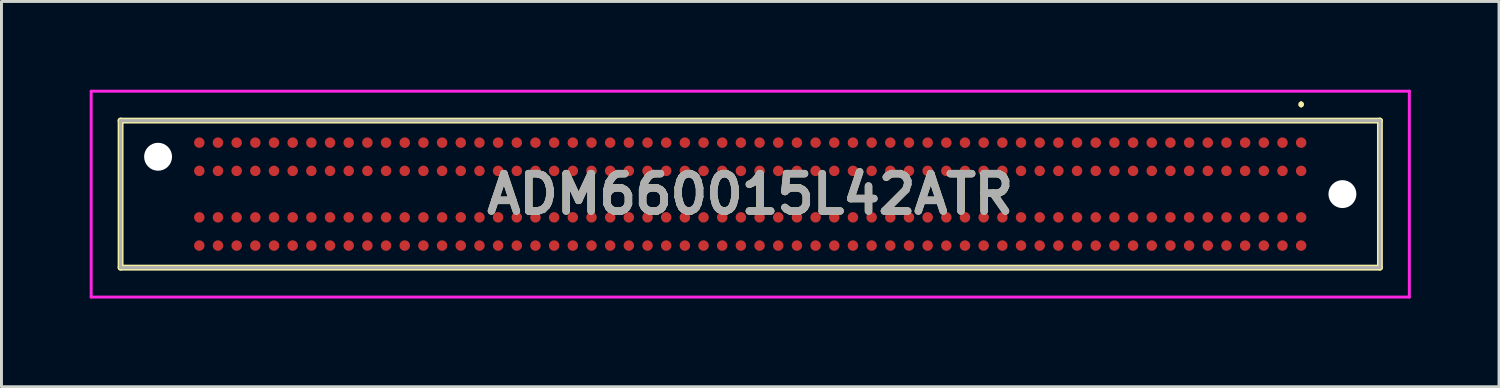
<source format=kicad_pcb>
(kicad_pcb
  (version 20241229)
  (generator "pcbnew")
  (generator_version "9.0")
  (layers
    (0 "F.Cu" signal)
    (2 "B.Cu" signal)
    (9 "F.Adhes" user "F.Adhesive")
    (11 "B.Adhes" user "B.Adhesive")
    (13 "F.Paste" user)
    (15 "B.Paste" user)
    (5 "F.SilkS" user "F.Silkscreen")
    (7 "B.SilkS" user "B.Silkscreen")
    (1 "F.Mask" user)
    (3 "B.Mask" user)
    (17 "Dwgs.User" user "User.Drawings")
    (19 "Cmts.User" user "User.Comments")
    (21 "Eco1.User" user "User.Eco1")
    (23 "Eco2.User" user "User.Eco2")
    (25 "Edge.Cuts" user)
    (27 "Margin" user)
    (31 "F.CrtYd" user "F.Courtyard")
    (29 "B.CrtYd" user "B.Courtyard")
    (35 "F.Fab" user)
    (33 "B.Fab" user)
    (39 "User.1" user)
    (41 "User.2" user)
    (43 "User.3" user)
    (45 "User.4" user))
  (footprint "ADM660015L42ATR"
    (layer "F.Cu")
    (at 22.46 3.55)
    (property "Reference" "ADM660015L42ATR" (at 0 0 0) (layer "F.SilkS") (effects (font (size 1.27 1.27) (thickness 0.254))))
    (attr through_hole)
    (fp_line (start -21.41 -2.5) (end 21.41 -2.5) (stroke (width 0.2) (type solid)) (layer "F.SilkS"))
    (fp_line (start -21.41 2.5) (end -21.41 -2.5) (stroke (width 0.2) (type solid)) (layer "F.SilkS"))
    (fp_line (start 18.732 -3.1) (end 18.732 -3.1) (stroke (width 0.1) (type solid)) (layer "F.SilkS"))
    (fp_line (start 18.732 -3) (end 18.732 -3) (stroke (width 0.1) (type solid)) (layer "F.SilkS"))
    (fp_line (start 21.41 -2.5) (end 21.41 2.5) (stroke (width 0.2) (type solid)) (layer "F.SilkS"))
    (fp_line (start 21.41 2.5) (end -21.41 2.5) (stroke (width 0.2) (type solid)) (layer "F.SilkS"))
    (fp_arc (start 18.732 -3.1) (mid 18.782 -3.05) (end 18.732 -3) (stroke (width 0.1) (type solid)) (layer "F.SilkS"))
    (fp_arc (start 18.732 -3) (mid 18.682 -3.05) (end 18.732 -3.1) (stroke (width 0.1) (type solid)) (layer "F.SilkS"))
    (fp_line (start -22.41 -3.5) (end 22.41 -3.5) (stroke (width 0.1) (type solid)) (layer "F.CrtYd"))
    (fp_line (start -22.41 3.5) (end -22.41 -3.5) (stroke (width 0.1) (type solid)) (layer "F.CrtYd"))
    (fp_line (start 22.41 -3.5) (end 22.41 3.5) (stroke (width 0.1) (type solid)) (layer "F.CrtYd"))
    (fp_line (start 22.41 3.5) (end -22.41 3.5) (stroke (width 0.1) (type solid)) (layer "F.CrtYd"))
    (fp_line (start -21.41 -2.5) (end -21.41 2.5) (stroke (width 0.1) (type solid)) (layer "F.Fab"))
    (fp_line (start -21.41 2.5) (end 21.41 2.5) (stroke (width 0.1) (type solid)) (layer "F.Fab"))
    (fp_line (start 21.41 -2.5) (end -21.41 -2.5) (stroke (width 0.1) (type solid)) (layer "F.Fab"))
    (fp_line (start 21.41 2.5) (end 21.41 -2.5) (stroke (width 0.1) (type solid)) (layer "F.Fab"))
    (fp_text user "${REFERENCE}" (at 0 0 0) (layer "F.Fab") (effects (font (size 1.27 1.27) (thickness 0.254))))
    (pad "" np_thru_hole circle (at -20.135 -1.27) (size 0.95 0.95) (drill 0.95) (layers "*.Cu" "*.Mask"))
    (pad "" np_thru_hole circle (at 20.135 0) (size 0.95 0.95) (drill 0.95) (layers "*.Cu" "*.Mask"))
    (pad "A1" smd circle (at 18.732 -1.75 90) (size 0.356 0.356) (layers "F.Cu" "F.Mask" "F.Paste"))
    (pad "A2" smd circle (at 18.097 -1.75 90) (size 0.356 0.356) (layers "F.Cu" "F.Mask" "F.Paste"))
    (pad "A3" smd circle (at 17.462 -1.75 90) (size 0.356 0.356) (layers "F.Cu" "F.Mask" "F.Paste"))
    (pad "A4" smd circle (at 16.827 -1.75 90) (size 0.356 0.356) (layers "F.Cu" "F.Mask" "F.Paste"))
    (pad "A5" smd circle (at 16.192 -1.75 90) (size 0.356 0.356) (layers "F.Cu" "F.Mask" "F.Paste"))
    (pad "A6" smd circle (at 15.557 -1.75 90) (size 0.356 0.356) (layers "F.Cu" "F.Mask" "F.Paste"))
    (pad "A7" smd circle (at 14.922 -1.75 90) (size 0.356 0.356) (layers "F.Cu" "F.Mask" "F.Paste"))
    (pad "A8" smd circle (at 14.287 -1.75 90) (size 0.356 0.356) (layers "F.Cu" "F.Mask" "F.Paste"))
    (pad "A9" smd circle (at 13.652 -1.75 90) (size 0.356 0.356) (layers "F.Cu" "F.Mask" "F.Paste"))
    (pad "A10" smd circle (at 13.017 -1.75 90) (size 0.356 0.356) (layers "F.Cu" "F.Mask" "F.Paste"))
    (pad "A11" smd circle (at 12.382 -1.75 90) (size 0.356 0.356) (layers "F.Cu" "F.Mask" "F.Paste"))
    (pad "A12" smd circle (at 11.747 -1.75 90) (size 0.356 0.356) (layers "F.Cu" "F.Mask" "F.Paste"))
    (pad "A13" smd circle (at 11.112 -1.75 90) (size 0.356 0.356) (layers "F.Cu" "F.Mask" "F.Paste"))
    (pad "A14" smd circle (at 10.477 -1.75 90) (size 0.356 0.356) (layers "F.Cu" "F.Mask" "F.Paste"))
    (pad "A15" smd circle (at 9.842 -1.75 90) (size 0.356 0.356) (layers "F.Cu" "F.Mask" "F.Paste"))
    (pad "A16" smd circle (at 9.207 -1.75 90) (size 0.356 0.356) (layers "F.Cu" "F.Mask" "F.Paste"))
    (pad "A17" smd circle (at 8.572 -1.75 90) (size 0.356 0.356) (layers "F.Cu" "F.Mask" "F.Paste"))
    (pad "A18" smd circle (at 7.937 -1.75 90) (size 0.356 0.356) (layers "F.Cu" "F.Mask" "F.Paste"))
    (pad "A19" smd circle (at 7.302 -1.75 90) (size 0.356 0.356) (layers "F.Cu" "F.Mask" "F.Paste"))
    (pad "A20" smd circle (at 6.667 -1.75 90) (size 0.356 0.356) (layers "F.Cu" "F.Mask" "F.Paste"))
    (pad "A21" smd circle (at 6.032 -1.75 90) (size 0.356 0.356) (layers "F.Cu" "F.Mask" "F.Paste"))
    (pad "A22" smd circle (at 5.397 -1.75 90) (size 0.356 0.356) (layers "F.Cu" "F.Mask" "F.Paste"))
    (pad "A23" smd circle (at 4.762 -1.75 90) (size 0.356 0.356) (layers "F.Cu" "F.Mask" "F.Paste"))
    (pad "A24" smd circle (at 4.127 -1.75 90) (size 0.356 0.356) (layers "F.Cu" "F.Mask" "F.Paste"))
    (pad "A25" smd circle (at 3.492 -1.75 90) (size 0.356 0.356) (layers "F.Cu" "F.Mask" "F.Paste"))
    (pad "A26" smd circle (at 2.857 -1.75 90) (size 0.356 0.356) (layers "F.Cu" "F.Mask" "F.Paste"))
    (pad "A27" smd circle (at 2.222 -1.75 90) (size 0.356 0.356) (layers "F.Cu" "F.Mask" "F.Paste"))
    (pad "A28" smd circle (at 1.587 -1.75 90) (size 0.356 0.356) (layers "F.Cu" "F.Mask" "F.Paste"))
    (pad "A29" smd circle (at 0.952 -1.75 90) (size 0.356 0.356) (layers "F.Cu" "F.Mask" "F.Paste"))
    (pad "A30" smd circle (at 0.317 -1.75 90) (size 0.356 0.356) (layers "F.Cu" "F.Mask" "F.Paste"))
    (pad "A31" smd circle (at -0.318 -1.75 90) (size 0.356 0.356) (layers "F.Cu" "F.Mask" "F.Paste"))
    (pad "A32" smd circle (at -0.953 -1.75 90) (size 0.356 0.356) (layers "F.Cu" "F.Mask" "F.Paste"))
    (pad "A33" smd circle (at -1.588 -1.75 90) (size 0.356 0.356) (layers "F.Cu" "F.Mask" "F.Paste"))
    (pad "A34" smd circle (at -2.223 -1.75 90) (size 0.356 0.356) (layers "F.Cu" "F.Mask" "F.Paste"))
    (pad "A35" smd circle (at -2.858 -1.75 90) (size 0.356 0.356) (layers "F.Cu" "F.Mask" "F.Paste"))
    (pad "A36" smd circle (at -3.493 -1.75 90) (size 0.356 0.356) (layers "F.Cu" "F.Mask" "F.Paste"))
    (pad "A37" smd circle (at -4.128 -1.75 90) (size 0.356 0.356) (layers "F.Cu" "F.Mask" "F.Paste"))
    (pad "A38" smd circle (at -4.763 -1.75 90) (size 0.356 0.356) (layers "F.Cu" "F.Mask" "F.Paste"))
    (pad "A39" smd circle (at -5.398 -1.75 90) (size 0.356 0.356) (layers "F.Cu" "F.Mask" "F.Paste"))
    (pad "A40" smd circle (at -6.033 -1.75 90) (size 0.356 0.356) (layers "F.Cu" "F.Mask" "F.Paste"))
    (pad "A41" smd circle (at -6.668 -1.75 90) (size 0.356 0.356) (layers "F.Cu" "F.Mask" "F.Paste"))
    (pad "A42" smd circle (at -7.303 -1.75 90) (size 0.356 0.356) (layers "F.Cu" "F.Mask" "F.Paste"))
    (pad "A43" smd circle (at -7.938 -1.75 90) (size 0.356 0.356) (layers "F.Cu" "F.Mask" "F.Paste"))
    (pad "A44" smd circle (at -8.573 -1.75 90) (size 0.356 0.356) (layers "F.Cu" "F.Mask" "F.Paste"))
    (pad "A45" smd circle (at -9.208 -1.75 90) (size 0.356 0.356) (layers "F.Cu" "F.Mask" "F.Paste"))
    (pad "A46" smd circle (at -9.843 -1.75 90) (size 0.356 0.356) (layers "F.Cu" "F.Mask" "F.Paste"))
    (pad "A47" smd circle (at -10.478 -1.75 90) (size 0.356 0.356) (layers "F.Cu" "F.Mask" "F.Paste"))
    (pad "A48" smd circle (at -11.113 -1.75 90) (size 0.356 0.356) (layers "F.Cu" "F.Mask" "F.Paste"))
    (pad "A49" smd circle (at -11.748 -1.75 90) (size 0.356 0.356) (layers "F.Cu" "F.Mask" "F.Paste"))
    (pad "A50" smd circle (at -12.383 -1.75 90) (size 0.356 0.356) (layers "F.Cu" "F.Mask" "F.Paste"))
    (pad "A51" smd circle (at -13.018 -1.75 90) (size 0.356 0.356) (layers "F.Cu" "F.Mask" "F.Paste"))
    (pad "A52" smd circle (at -13.653 -1.75 90) (size 0.356 0.356) (layers "F.Cu" "F.Mask" "F.Paste"))
    (pad "A53" smd circle (at -14.288 -1.75 90) (size 0.356 0.356) (layers "F.Cu" "F.Mask" "F.Paste"))
    (pad "A54" smd circle (at -14.923 -1.75 90) (size 0.356 0.356) (layers "F.Cu" "F.Mask" "F.Paste"))
    (pad "A55" smd circle (at -15.558 -1.75 90) (size 0.356 0.356) (layers "F.Cu" "F.Mask" "F.Paste"))
    (pad "A56" smd circle (at -16.193 -1.75 90) (size 0.356 0.356) (layers "F.Cu" "F.Mask" "F.Paste"))
    (pad "A57" smd circle (at -16.828 -1.75 90) (size 0.356 0.356) (layers "F.Cu" "F.Mask" "F.Paste"))
    (pad "A58" smd circle (at -17.463 -1.75 90) (size 0.356 0.356) (layers "F.Cu" "F.Mask" "F.Paste"))
    (pad "A59" smd circle (at -18.098 -1.75 90) (size 0.356 0.356) (layers "F.Cu" "F.Mask" "F.Paste"))
    (pad "A60" smd circle (at -18.733 -1.75 90) (size 0.356 0.356) (layers "F.Cu" "F.Mask" "F.Paste"))
    (pad "B1" smd circle (at 18.732 -0.79 90) (size 0.356 0.356) (layers "F.Cu" "F.Mask" "F.Paste"))
    (pad "B2" smd circle (at 18.097 -0.79 90) (size 0.356 0.356) (layers "F.Cu" "F.Mask" "F.Paste"))
    (pad "B3" smd circle (at 17.462 -0.79 90) (size 0.356 0.356) (layers "F.Cu" "F.Mask" "F.Paste"))
    (pad "B4" smd circle (at 16.827 -0.79 90) (size 0.356 0.356) (layers "F.Cu" "F.Mask" "F.Paste"))
    (pad "B5" smd circle (at 16.192 -0.79 90) (size 0.356 0.356) (layers "F.Cu" "F.Mask" "F.Paste"))
    (pad "B6" smd circle (at 15.557 -0.79 90) (size 0.356 0.356) (layers "F.Cu" "F.Mask" "F.Paste"))
    (pad "B7" smd circle (at 14.922 -0.79 90) (size 0.356 0.356) (layers "F.Cu" "F.Mask" "F.Paste"))
    (pad "B8" smd circle (at 14.287 -0.79 90) (size 0.356 0.356) (layers "F.Cu" "F.Mask" "F.Paste"))
    (pad "B9" smd circle (at 13.652 -0.79 90) (size 0.356 0.356) (layers "F.Cu" "F.Mask" "F.Paste"))
    (pad "B10" smd circle (at 13.017 -0.79 90) (size 0.356 0.356) (layers "F.Cu" "F.Mask" "F.Paste"))
    (pad "B11" smd circle (at 12.382 -0.79 90) (size 0.356 0.356) (layers "F.Cu" "F.Mask" "F.Paste"))
    (pad "B12" smd circle (at 11.747 -0.79 90) (size 0.356 0.356) (layers "F.Cu" "F.Mask" "F.Paste"))
    (pad "B13" smd circle (at 11.112 -0.79 90) (size 0.356 0.356) (layers "F.Cu" "F.Mask" "F.Paste"))
    (pad "B14" smd circle (at 10.477 -0.79 90) (size 0.356 0.356) (layers "F.Cu" "F.Mask" "F.Paste"))
    (pad "B15" smd circle (at 9.842 -0.79 90) (size 0.356 0.356) (layers "F.Cu" "F.Mask" "F.Paste"))
    (pad "B16" smd circle (at 9.207 -0.79 90) (size 0.356 0.356) (layers "F.Cu" "F.Mask" "F.Paste"))
    (pad "B17" smd circle (at 8.572 -0.79 90) (size 0.356 0.356) (layers "F.Cu" "F.Mask" "F.Paste"))
    (pad "B18" smd circle (at 7.937 -0.79 90) (size 0.356 0.356) (layers "F.Cu" "F.Mask" "F.Paste"))
    (pad "B19" smd circle (at 7.302 -0.79 90) (size 0.356 0.356) (layers "F.Cu" "F.Mask" "F.Paste"))
    (pad "B20" smd circle (at 6.667 -0.79 90) (size 0.356 0.356) (layers "F.Cu" "F.Mask" "F.Paste"))
    (pad "B21" smd circle (at 6.032 -0.79 90) (size 0.356 0.356) (layers "F.Cu" "F.Mask" "F.Paste"))
    (pad "B22" smd circle (at 5.397 -0.79 90) (size 0.356 0.356) (layers "F.Cu" "F.Mask" "F.Paste"))
    (pad "B23" smd circle (at 4.762 -0.79 90) (size 0.356 0.356) (layers "F.Cu" "F.Mask" "F.Paste"))
    (pad "B24" smd circle (at 4.127 -0.79 90) (size 0.356 0.356) (layers "F.Cu" "F.Mask" "F.Paste"))
    (pad "B25" smd circle (at 3.492 -0.79 90) (size 0.356 0.356) (layers "F.Cu" "F.Mask" "F.Paste"))
    (pad "B26" smd circle (at 2.857 -0.79 90) (size 0.356 0.356) (layers "F.Cu" "F.Mask" "F.Paste"))
    (pad "B27" smd circle (at 2.222 -0.79 90) (size 0.356 0.356) (layers "F.Cu" "F.Mask" "F.Paste"))
    (pad "B28" smd circle (at 1.587 -0.79 90) (size 0.356 0.356) (layers "F.Cu" "F.Mask" "F.Paste"))
    (pad "B29" smd circle (at 0.952 -0.79 90) (size 0.356 0.356) (layers "F.Cu" "F.Mask" "F.Paste"))
    (pad "B30" smd circle (at 0.317 -0.79 90) (size 0.356 0.356) (layers "F.Cu" "F.Mask" "F.Paste"))
    (pad "B31" smd circle (at -0.318 -0.79 90) (size 0.356 0.356) (layers "F.Cu" "F.Mask" "F.Paste"))
    (pad "B32" smd circle (at -0.953 -0.79 90) (size 0.356 0.356) (layers "F.Cu" "F.Mask" "F.Paste"))
    (pad "B33" smd circle (at -1.588 -0.79 90) (size 0.356 0.356) (layers "F.Cu" "F.Mask" "F.Paste"))
    (pad "B34" smd circle (at -2.223 -0.79 90) (size 0.356 0.356) (layers "F.Cu" "F.Mask" "F.Paste"))
    (pad "B35" smd circle (at -2.858 -0.79 90) (size 0.356 0.356) (layers "F.Cu" "F.Mask" "F.Paste"))
    (pad "B36" smd circle (at -3.493 -0.79 90) (size 0.356 0.356) (layers "F.Cu" "F.Mask" "F.Paste"))
    (pad "B37" smd circle (at -4.128 -0.79 90) (size 0.356 0.356) (layers "F.Cu" "F.Mask" "F.Paste"))
    (pad "B38" smd circle (at -4.763 -0.79 90) (size 0.356 0.356) (layers "F.Cu" "F.Mask" "F.Paste"))
    (pad "B39" smd circle (at -5.398 -0.79 90) (size 0.356 0.356) (layers "F.Cu" "F.Mask" "F.Paste"))
    (pad "B40" smd circle (at -6.033 -0.79 90) (size 0.356 0.356) (layers "F.Cu" "F.Mask" "F.Paste"))
    (pad "B41" smd circle (at -6.668 -0.79 90) (size 0.356 0.356) (layers "F.Cu" "F.Mask" "F.Paste"))
    (pad "B42" smd circle (at -7.303 -0.79 90) (size 0.356 0.356) (layers "F.Cu" "F.Mask" "F.Paste"))
    (pad "B43" smd circle (at -7.938 -0.79 90) (size 0.356 0.356) (layers "F.Cu" "F.Mask" "F.Paste"))
    (pad "B44" smd circle (at -8.573 -0.79 90) (size 0.356 0.356) (layers "F.Cu" "F.Mask" "F.Paste"))
    (pad "B45" smd circle (at -9.208 -0.79 90) (size 0.356 0.356) (layers "F.Cu" "F.Mask" "F.Paste"))
    (pad "B46" smd circle (at -9.843 -0.79 90) (size 0.356 0.356) (layers "F.Cu" "F.Mask" "F.Paste"))
    (pad "B47" smd circle (at -10.478 -0.79 90) (size 0.356 0.356) (layers "F.Cu" "F.Mask" "F.Paste"))
    (pad "B48" smd circle (at -11.113 -0.79 90) (size 0.356 0.356) (layers "F.Cu" "F.Mask" "F.Paste"))
    (pad "B49" smd circle (at -11.748 -0.79 90) (size 0.356 0.356) (layers "F.Cu" "F.Mask" "F.Paste"))
    (pad "B50" smd circle (at -12.383 -0.79 90) (size 0.356 0.356) (layers "F.Cu" "F.Mask" "F.Paste"))
    (pad "B51" smd circle (at -13.018 -0.79 90) (size 0.356 0.356) (layers "F.Cu" "F.Mask" "F.Paste"))
    (pad "B52" smd circle (at -13.653 -0.79 90) (size 0.356 0.356) (layers "F.Cu" "F.Mask" "F.Paste"))
    (pad "B53" smd circle (at -14.288 -0.79 90) (size 0.356 0.356) (layers "F.Cu" "F.Mask" "F.Paste"))
    (pad "B54" smd circle (at -14.923 -0.79 90) (size 0.356 0.356) (layers "F.Cu" "F.Mask" "F.Paste"))
    (pad "B55" smd circle (at -15.558 -0.79 90) (size 0.356 0.356) (layers "F.Cu" "F.Mask" "F.Paste"))
    (pad "B56" smd circle (at -16.193 -0.79 90) (size 0.356 0.356) (layers "F.Cu" "F.Mask" "F.Paste"))
    (pad "B57" smd circle (at -16.828 -0.79 90) (size 0.356 0.356) (layers "F.Cu" "F.Mask" "F.Paste"))
    (pad "B58" smd circle (at -17.463 -0.79 90) (size 0.356 0.356) (layers "F.Cu" "F.Mask" "F.Paste"))
    (pad "B59" smd circle (at -18.098 -0.79 90) (size 0.356 0.356) (layers "F.Cu" "F.Mask" "F.Paste"))
    (pad "B60" smd circle (at -18.733 -0.79 90) (size 0.356 0.356) (layers "F.Cu" "F.Mask" "F.Paste"))
    (pad "C1" smd circle (at 18.732 0.79 90) (size 0.356 0.356) (layers "F.Cu" "F.Mask" "F.Paste"))
    (pad "C2" smd circle (at 18.097 0.79 90) (size 0.356 0.356) (layers "F.Cu" "F.Mask" "F.Paste"))
    (pad "C3" smd circle (at 17.462 0.79 90) (size 0.356 0.356) (layers "F.Cu" "F.Mask" "F.Paste"))
    (pad "C4" smd circle (at 16.827 0.79 90) (size 0.356 0.356) (layers "F.Cu" "F.Mask" "F.Paste"))
    (pad "C5" smd circle (at 16.192 0.79 90) (size 0.356 0.356) (layers "F.Cu" "F.Mask" "F.Paste"))
    (pad "C6" smd circle (at 15.557 0.79 90) (size 0.356 0.356) (layers "F.Cu" "F.Mask" "F.Paste"))
    (pad "C7" smd circle (at 14.922 0.79 90) (size 0.356 0.356) (layers "F.Cu" "F.Mask" "F.Paste"))
    (pad "C8" smd circle (at 14.287 0.79 90) (size 0.356 0.356) (layers "F.Cu" "F.Mask" "F.Paste"))
    (pad "C9" smd circle (at 13.652 0.79 90) (size 0.356 0.356) (layers "F.Cu" "F.Mask" "F.Paste"))
    (pad "C10" smd circle (at 13.017 0.79 90) (size 0.356 0.356) (layers "F.Cu" "F.Mask" "F.Paste"))
    (pad "C11" smd circle (at 12.382 0.79 90) (size 0.356 0.356) (layers "F.Cu" "F.Mask" "F.Paste"))
    (pad "C12" smd circle (at 11.747 0.79 90) (size 0.356 0.356) (layers "F.Cu" "F.Mask" "F.Paste"))
    (pad "C13" smd circle (at 11.112 0.79 90) (size 0.356 0.356) (layers "F.Cu" "F.Mask" "F.Paste"))
    (pad "C14" smd circle (at 10.477 0.79 90) (size 0.356 0.356) (layers "F.Cu" "F.Mask" "F.Paste"))
    (pad "C15" smd circle (at 9.842 0.79 90) (size 0.356 0.356) (layers "F.Cu" "F.Mask" "F.Paste"))
    (pad "C16" smd circle (at 9.207 0.79 90) (size 0.356 0.356) (layers "F.Cu" "F.Mask" "F.Paste"))
    (pad "C17" smd circle (at 8.572 0.79 90) (size 0.356 0.356) (layers "F.Cu" "F.Mask" "F.Paste"))
    (pad "C18" smd circle (at 7.937 0.79 90) (size 0.356 0.356) (layers "F.Cu" "F.Mask" "F.Paste"))
    (pad "C19" smd circle (at 7.302 0.79 90) (size 0.356 0.356) (layers "F.Cu" "F.Mask" "F.Paste"))
    (pad "C20" smd circle (at 6.667 0.79 90) (size 0.356 0.356) (layers "F.Cu" "F.Mask" "F.Paste"))
    (pad "C21" smd circle (at 6.032 0.79 90) (size 0.356 0.356) (layers "F.Cu" "F.Mask" "F.Paste"))
    (pad "C22" smd circle (at 5.397 0.79 90) (size 0.356 0.356) (layers "F.Cu" "F.Mask" "F.Paste"))
    (pad "C23" smd circle (at 4.762 0.79 90) (size 0.356 0.356) (layers "F.Cu" "F.Mask" "F.Paste"))
    (pad "C24" smd circle (at 4.127 0.79 90) (size 0.356 0.356) (layers "F.Cu" "F.Mask" "F.Paste"))
    (pad "C25" smd circle (at 3.492 0.79 90) (size 0.356 0.356) (layers "F.Cu" "F.Mask" "F.Paste"))
    (pad "C26" smd circle (at 2.857 0.79 90) (size 0.356 0.356) (layers "F.Cu" "F.Mask" "F.Paste"))
    (pad "C27" smd circle (at 2.222 0.79 90) (size 0.356 0.356) (layers "F.Cu" "F.Mask" "F.Paste"))
    (pad "C28" smd circle (at 1.587 0.79 90) (size 0.356 0.356) (layers "F.Cu" "F.Mask" "F.Paste"))
    (pad "C29" smd circle (at 0.952 0.79 90) (size 0.356 0.356) (layers "F.Cu" "F.Mask" "F.Paste"))
    (pad "C30" smd circle (at 0.317 0.79 90) (size 0.356 0.356) (layers "F.Cu" "F.Mask" "F.Paste"))
    (pad "C31" smd circle (at -0.318 0.79 90) (size 0.356 0.356) (layers "F.Cu" "F.Mask" "F.Paste"))
    (pad "C32" smd circle (at -0.953 0.79 90) (size 0.356 0.356) (layers "F.Cu" "F.Mask" "F.Paste"))
    (pad "C33" smd circle (at -1.588 0.79 90) (size 0.356 0.356) (layers "F.Cu" "F.Mask" "F.Paste"))
    (pad "C34" smd circle (at -2.223 0.79 90) (size 0.356 0.356) (layers "F.Cu" "F.Mask" "F.Paste"))
    (pad "C35" smd circle (at -2.858 0.79 90) (size 0.356 0.356) (layers "F.Cu" "F.Mask" "F.Paste"))
    (pad "C36" smd circle (at -3.493 0.79 90) (size 0.356 0.356) (layers "F.Cu" "F.Mask" "F.Paste"))
    (pad "C37" smd circle (at -4.128 0.79 90) (size 0.356 0.356) (layers "F.Cu" "F.Mask" "F.Paste"))
    (pad "C38" smd circle (at -4.763 0.79 90) (size 0.356 0.356) (layers "F.Cu" "F.Mask" "F.Paste"))
    (pad "C39" smd circle (at -5.398 0.79 90) (size 0.356 0.356) (layers "F.Cu" "F.Mask" "F.Paste"))
    (pad "C40" smd circle (at -6.033 0.79 90) (size 0.356 0.356) (layers "F.Cu" "F.Mask" "F.Paste"))
    (pad "C41" smd circle (at -6.668 0.79 90) (size 0.356 0.356) (layers "F.Cu" "F.Mask" "F.Paste"))
    (pad "C42" smd circle (at -7.303 0.79 90) (size 0.356 0.356) (layers "F.Cu" "F.Mask" "F.Paste"))
    (pad "C43" smd circle (at -7.938 0.79 90) (size 0.356 0.356) (layers "F.Cu" "F.Mask" "F.Paste"))
    (pad "C44" smd circle (at -8.573 0.79 90) (size 0.356 0.356) (layers "F.Cu" "F.Mask" "F.Paste"))
    (pad "C45" smd circle (at -9.208 0.79 90) (size 0.356 0.356) (layers "F.Cu" "F.Mask" "F.Paste"))
    (pad "C46" smd circle (at -9.843 0.79 90) (size 0.356 0.356) (layers "F.Cu" "F.Mask" "F.Paste"))
    (pad "C47" smd circle (at -10.478 0.79 90) (size 0.356 0.356) (layers "F.Cu" "F.Mask" "F.Paste"))
    (pad "C48" smd circle (at -11.113 0.79 90) (size 0.356 0.356) (layers "F.Cu" "F.Mask" "F.Paste"))
    (pad "C49" smd circle (at -11.748 0.79 90) (size 0.356 0.356) (layers "F.Cu" "F.Mask" "F.Paste"))
    (pad "C50" smd circle (at -12.383 0.79 90) (size 0.356 0.356) (layers "F.Cu" "F.Mask" "F.Paste"))
    (pad "C51" smd circle (at -13.018 0.79 90) (size 0.356 0.356) (layers "F.Cu" "F.Mask" "F.Paste"))
    (pad "C52" smd circle (at -13.653 0.79 90) (size 0.356 0.356) (layers "F.Cu" "F.Mask" "F.Paste"))
    (pad "C53" smd circle (at -14.288 0.79 90) (size 0.356 0.356) (layers "F.Cu" "F.Mask" "F.Paste"))
    (pad "C54" smd circle (at -14.923 0.79 90) (size 0.356 0.356) (layers "F.Cu" "F.Mask" "F.Paste"))
    (pad "C55" smd circle (at -15.558 0.79 90) (size 0.356 0.356) (layers "F.Cu" "F.Mask" "F.Paste"))
    (pad "C56" smd circle (at -16.193 0.79 90) (size 0.356 0.356) (layers "F.Cu" "F.Mask" "F.Paste"))
    (pad "C57" smd circle (at -16.828 0.79 90) (size 0.356 0.356) (layers "F.Cu" "F.Mask" "F.Paste"))
    (pad "C58" smd circle (at -17.463 0.79 90) (size 0.356 0.356) (layers "F.Cu" "F.Mask" "F.Paste"))
    (pad "C59" smd circle (at -18.098 0.79 90) (size 0.356 0.356) (layers "F.Cu" "F.Mask" "F.Paste"))
    (pad "C60" smd circle (at -18.733 0.79 90) (size 0.356 0.356) (layers "F.Cu" "F.Mask" "F.Paste"))
    (pad "D1" smd circle (at 18.732 1.75 90) (size 0.356 0.356) (layers "F.Cu" "F.Mask" "F.Paste"))
    (pad "D2" smd circle (at 18.097 1.75 90) (size 0.356 0.356) (layers "F.Cu" "F.Mask" "F.Paste"))
    (pad "D3" smd circle (at 17.462 1.75 90) (size 0.356 0.356) (layers "F.Cu" "F.Mask" "F.Paste"))
    (pad "D4" smd circle (at 16.827 1.75 90) (size 0.356 0.356) (layers "F.Cu" "F.Mask" "F.Paste"))
    (pad "D5" smd circle (at 16.192 1.75 90) (size 0.356 0.356) (layers "F.Cu" "F.Mask" "F.Paste"))
    (pad "D6" smd circle (at 15.557 1.75 90) (size 0.356 0.356) (layers "F.Cu" "F.Mask" "F.Paste"))
    (pad "D7" smd circle (at 14.922 1.75 90) (size 0.356 0.356) (layers "F.Cu" "F.Mask" "F.Paste"))
    (pad "D8" smd circle (at 14.287 1.75 90) (size 0.356 0.356) (layers "F.Cu" "F.Mask" "F.Paste"))
    (pad "D9" smd circle (at 13.652 1.75 90) (size 0.356 0.356) (layers "F.Cu" "F.Mask" "F.Paste"))
    (pad "D10" smd circle (at 13.017 1.75 90) (size 0.356 0.356) (layers "F.Cu" "F.Mask" "F.Paste"))
    (pad "D11" smd circle (at 12.382 1.75 90) (size 0.356 0.356) (layers "F.Cu" "F.Mask" "F.Paste"))
    (pad "D12" smd circle (at 11.747 1.75 90) (size 0.356 0.356) (layers "F.Cu" "F.Mask" "F.Paste"))
    (pad "D13" smd circle (at 11.112 1.75 90) (size 0.356 0.356) (layers "F.Cu" "F.Mask" "F.Paste"))
    (pad "D14" smd circle (at 10.477 1.75 90) (size 0.356 0.356) (layers "F.Cu" "F.Mask" "F.Paste"))
    (pad "D15" smd circle (at 9.842 1.75 90) (size 0.356 0.356) (layers "F.Cu" "F.Mask" "F.Paste"))
    (pad "D16" smd circle (at 9.207 1.75 90) (size 0.356 0.356) (layers "F.Cu" "F.Mask" "F.Paste"))
    (pad "D17" smd circle (at 8.572 1.75 90) (size 0.356 0.356) (layers "F.Cu" "F.Mask" "F.Paste"))
    (pad "D18" smd circle (at 7.937 1.75 90) (size 0.356 0.356) (layers "F.Cu" "F.Mask" "F.Paste"))
    (pad "D19" smd circle (at 7.302 1.75 90) (size 0.356 0.356) (layers "F.Cu" "F.Mask" "F.Paste"))
    (pad "D20" smd circle (at 6.667 1.75 90) (size 0.356 0.356) (layers "F.Cu" "F.Mask" "F.Paste"))
    (pad "D21" smd circle (at 6.032 1.75 90) (size 0.356 0.356) (layers "F.Cu" "F.Mask" "F.Paste"))
    (pad "D22" smd circle (at 5.397 1.75 90) (size 0.356 0.356) (layers "F.Cu" "F.Mask" "F.Paste"))
    (pad "D23" smd circle (at 4.762 1.75 90) (size 0.356 0.356) (layers "F.Cu" "F.Mask" "F.Paste"))
    (pad "D24" smd circle (at 4.127 1.75 90) (size 0.356 0.356) (layers "F.Cu" "F.Mask" "F.Paste"))
    (pad "D25" smd circle (at 3.492 1.75 90) (size 0.356 0.356) (layers "F.Cu" "F.Mask" "F.Paste"))
    (pad "D26" smd circle (at 2.857 1.75 90) (size 0.356 0.356) (layers "F.Cu" "F.Mask" "F.Paste"))
    (pad "D27" smd circle (at 2.222 1.75 90) (size 0.356 0.356) (layers "F.Cu" "F.Mask" "F.Paste"))
    (pad "D28" smd circle (at 1.587 1.75 90) (size 0.356 0.356) (layers "F.Cu" "F.Mask" "F.Paste"))
    (pad "D29" smd circle (at 0.952 1.75 90) (size 0.356 0.356) (layers "F.Cu" "F.Mask" "F.Paste"))
    (pad "D30" smd circle (at 0.317 1.75 90) (size 0.356 0.356) (layers "F.Cu" "F.Mask" "F.Paste"))
    (pad "D31" smd circle (at -0.318 1.75 90) (size 0.356 0.356) (layers "F.Cu" "F.Mask" "F.Paste"))
    (pad "D32" smd circle (at -0.953 1.75 90) (size 0.356 0.356) (layers "F.Cu" "F.Mask" "F.Paste"))
    (pad "D33" smd circle (at -1.588 1.75 90) (size 0.356 0.356) (layers "F.Cu" "F.Mask" "F.Paste"))
    (pad "D34" smd circle (at -2.223 1.75 90) (size 0.356 0.356) (layers "F.Cu" "F.Mask" "F.Paste"))
    (pad "D35" smd circle (at -2.858 1.75 90) (size 0.356 0.356) (layers "F.Cu" "F.Mask" "F.Paste"))
    (pad "D36" smd circle (at -3.493 1.75 90) (size 0.356 0.356) (layers "F.Cu" "F.Mask" "F.Paste"))
    (pad "D37" smd circle (at -4.128 1.75 90) (size 0.356 0.356) (layers "F.Cu" "F.Mask" "F.Paste"))
    (pad "D38" smd circle (at -4.763 1.75 90) (size 0.356 0.356) (layers "F.Cu" "F.Mask" "F.Paste"))
    (pad "D39" smd circle (at -5.398 1.75 90) (size 0.356 0.356) (layers "F.Cu" "F.Mask" "F.Paste"))
    (pad "D40" smd circle (at -6.033 1.75 90) (size 0.356 0.356) (layers "F.Cu" "F.Mask" "F.Paste"))
    (pad "D41" smd circle (at -6.668 1.75 90) (size 0.356 0.356) (layers "F.Cu" "F.Mask" "F.Paste"))
    (pad "D42" smd circle (at -7.303 1.75 90) (size 0.356 0.356) (layers "F.Cu" "F.Mask" "F.Paste"))
    (pad "D43" smd circle (at -7.938 1.75 90) (size 0.356 0.356) (layers "F.Cu" "F.Mask" "F.Paste"))
    (pad "D44" smd circle (at -8.573 1.75 90) (size 0.356 0.356) (layers "F.Cu" "F.Mask" "F.Paste"))
    (pad "D45" smd circle (at -9.208 1.75 90) (size 0.356 0.356) (layers "F.Cu" "F.Mask" "F.Paste"))
    (pad "D46" smd circle (at -9.843 1.75 90) (size 0.356 0.356) (layers "F.Cu" "F.Mask" "F.Paste"))
    (pad "D47" smd circle (at -10.478 1.75 90) (size 0.356 0.356) (layers "F.Cu" "F.Mask" "F.Paste"))
    (pad "D48" smd circle (at -11.113 1.75 90) (size 0.356 0.356) (layers "F.Cu" "F.Mask" "F.Paste"))
    (pad "D49" smd circle (at -11.748 1.75 90) (size 0.356 0.356) (layers "F.Cu" "F.Mask" "F.Paste"))
    (pad "D50" smd circle (at -12.383 1.75 90) (size 0.356 0.356) (layers "F.Cu" "F.Mask" "F.Paste"))
    (pad "D51" smd circle (at -13.018 1.75 90) (size 0.356 0.356) (layers "F.Cu" "F.Mask" "F.Paste"))
    (pad "D52" smd circle (at -13.653 1.75 90) (size 0.356 0.356) (layers "F.Cu" "F.Mask" "F.Paste"))
    (pad "D53" smd circle (at -14.288 1.75 90) (size 0.356 0.356) (layers "F.Cu" "F.Mask" "F.Paste"))
    (pad "D54" smd circle (at -14.923 1.75 90) (size 0.356 0.356) (layers "F.Cu" "F.Mask" "F.Paste"))
    (pad "D55" smd circle (at -15.558 1.75 90) (size 0.356 0.356) (layers "F.Cu" "F.Mask" "F.Paste"))
    (pad "D56" smd circle (at -16.193 1.75 90) (size 0.356 0.356) (layers "F.Cu" "F.Mask" "F.Paste"))
    (pad "D57" smd circle (at -16.828 1.75 90) (size 0.356 0.356) (layers "F.Cu" "F.Mask" "F.Paste"))
    (pad "D58" smd circle (at -17.463 1.75 90) (size 0.356 0.356) (layers "F.Cu" "F.Mask" "F.Paste"))
    (pad "D59" smd circle (at -18.098 1.75 90) (size 0.356 0.356) (layers "F.Cu" "F.Mask" "F.Paste"))
    (pad "D60" smd circle (at -18.733 1.75 90) (size 0.356 0.356) (layers "F.Cu" "F.Mask" "F.Paste")))
  (gr_rect
    (start -3 -3)
    (end 47.92 10.1)
    (stroke (width 0.1) (type default))
    (fill no)
    (layer "Edge.Cuts")))
</source>
